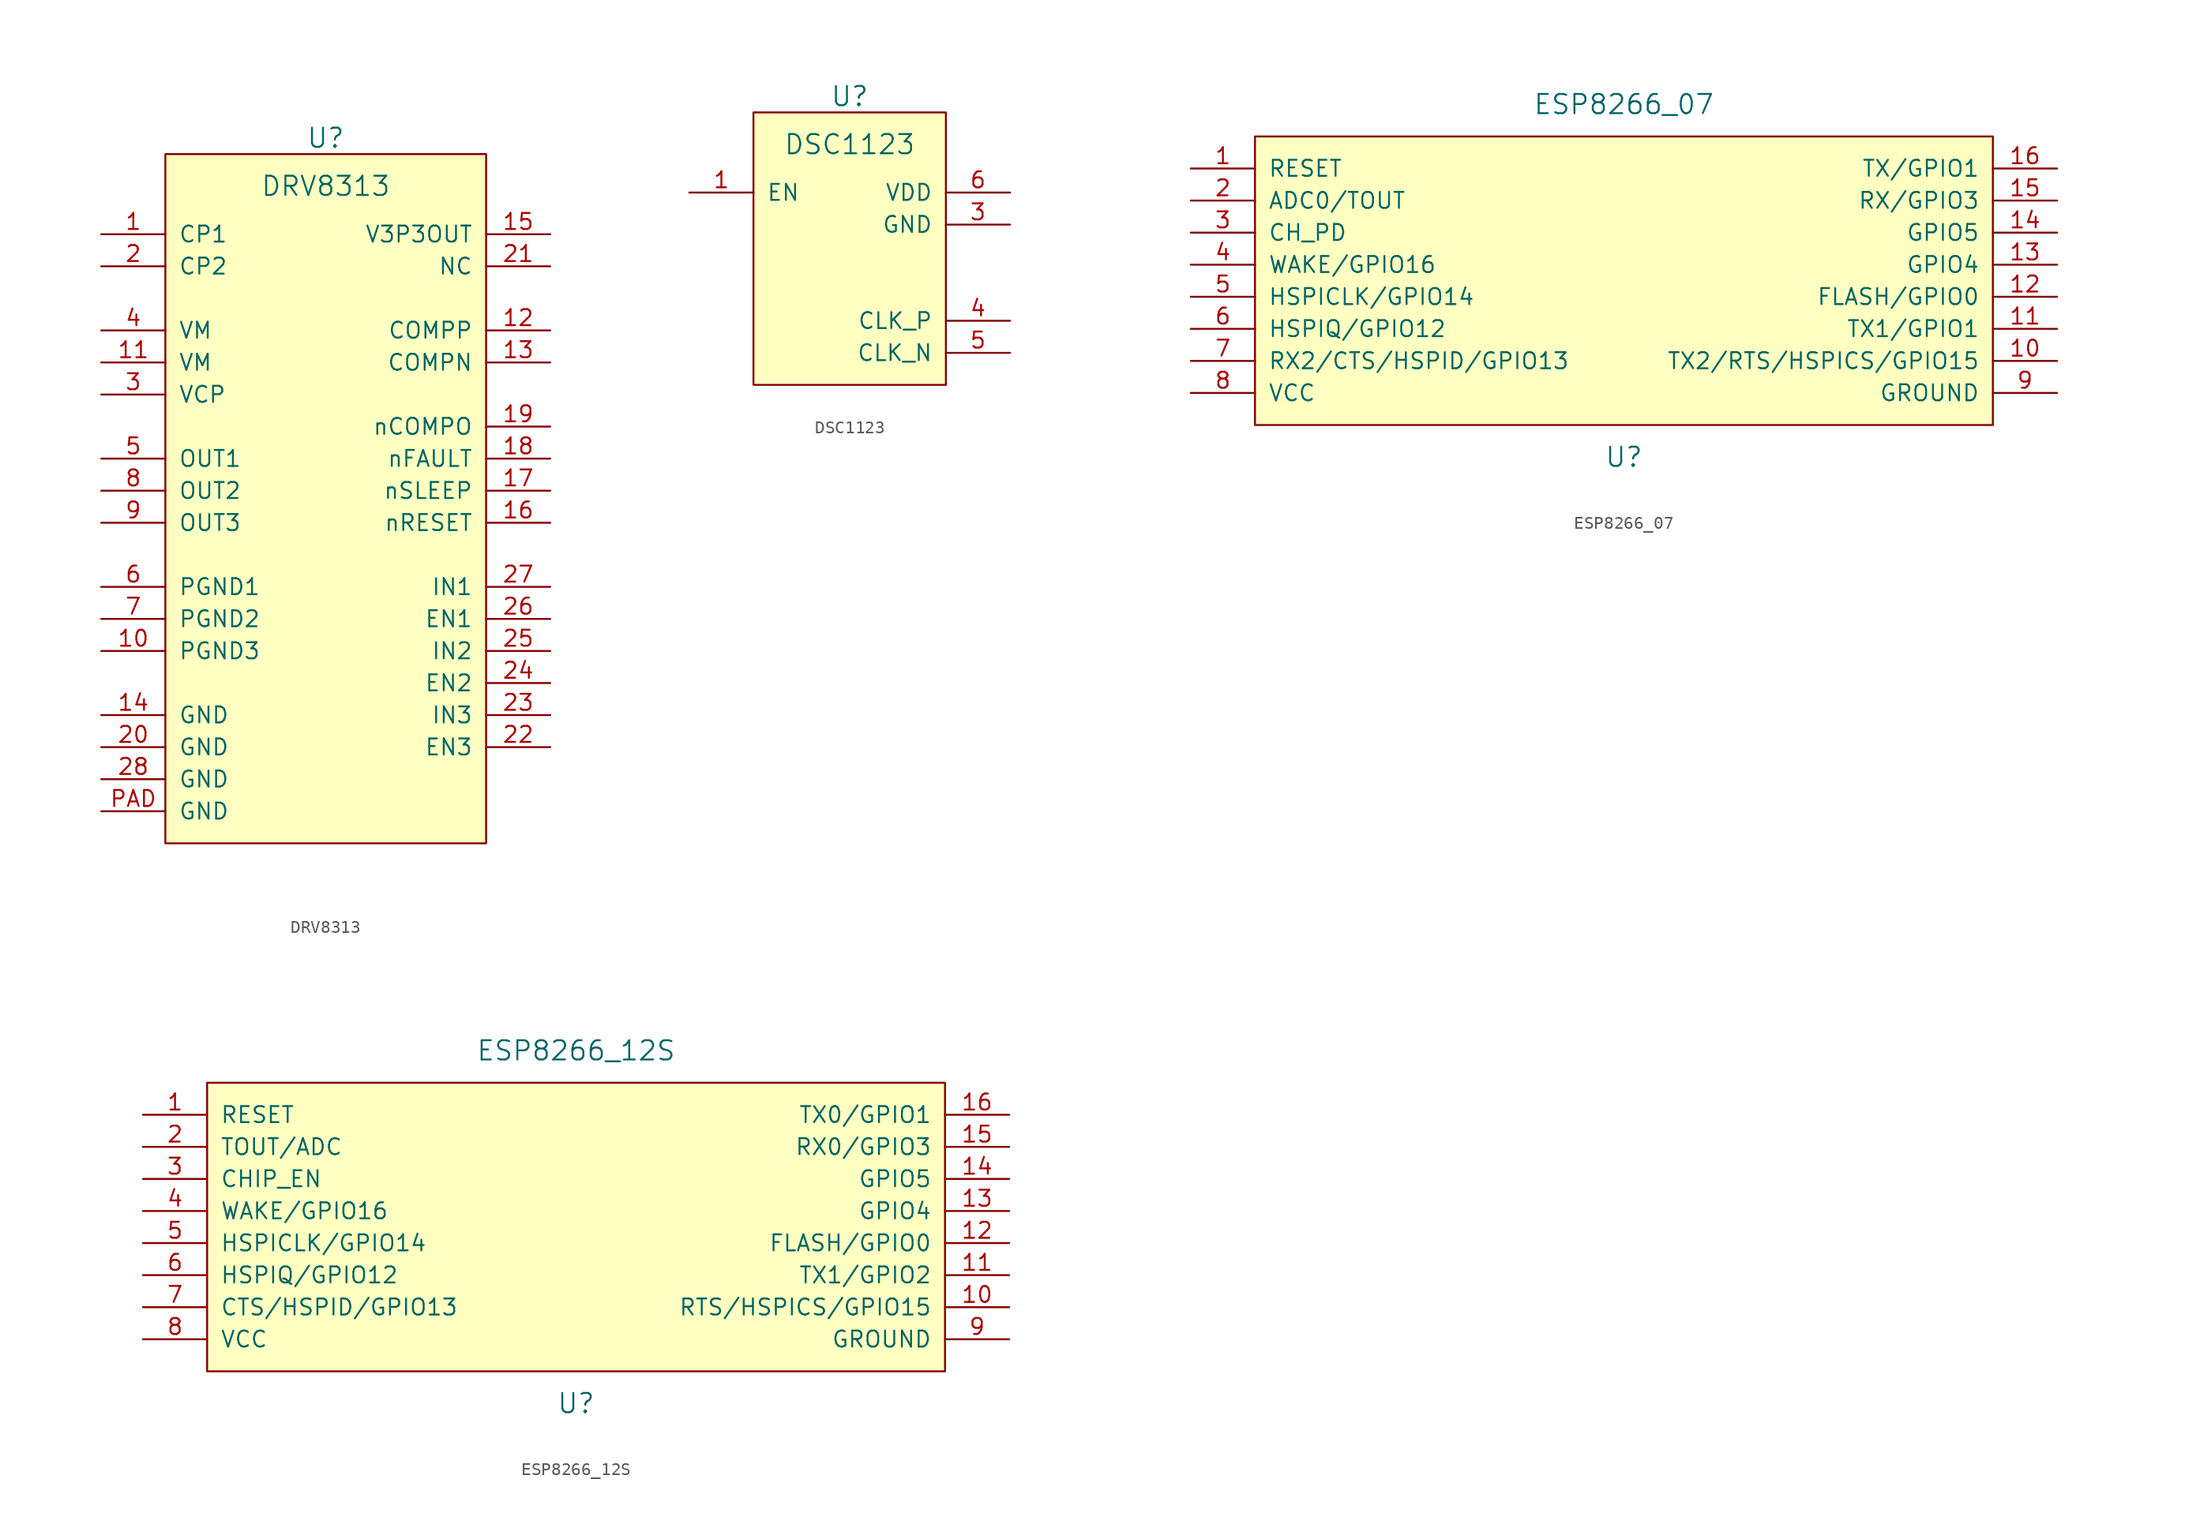
<source format=kicad_sym>
(kicad_symbol_lib
  (version 20211014)
  (generator kicad_symbol_editor)
  (symbol "DRV8313"
    (pin_names
      (offset 1.016))
    (property "Reference" "U"
      (at 0 7.62 0)
      (effects (font (size 1.524 1.524))))
    (property "Value" "DRV8313"
      (at 0 3.81 0)
      (effects (font (size 1.524 1.524))))
    (property "Footprint" ""
      (at -2.54 0 0)
      (effects (font (size 1.524 1.524))))
    (property "Datasheet" ""
      (at -2.54 0 0)
      (effects (font (size 1.524 1.524))))
    (symbol "DRV8313_0_1"
      (rectangle (start -12.7 6.35) (end 12.7 -48.26) (stroke (width 0) (type default) (color 0 0 0 0)) (fill (type background))))
    (symbol "DRV8313_1_1"
      (pin input line (at -17.78 0 0) (length 5.08) (name "CP1" (effects (font (size 1.27 1.27)))) (number "1" (effects (font (size 1.27 1.27)))))
      (pin input line (at -17.78 -33.02 0) (length 5.08) (name "PGND3" (effects (font (size 1.27 1.27)))) (number "10" (effects (font (size 1.27 1.27)))))
      (pin input line (at -17.78 -10.16 0) (length 5.08) (name "VM" (effects (font (size 1.27 1.27)))) (number "11" (effects (font (size 1.27 1.27)))))
      (pin input line (at 17.78 -7.62 180) (length 5.08) (name "COMPP" (effects (font (size 1.27 1.27)))) (number "12" (effects (font (size 1.27 1.27)))))
      (pin input line (at 17.78 -10.16 180) (length 5.08) (name "COMPN" (effects (font (size 1.27 1.27)))) (number "13" (effects (font (size 1.27 1.27)))))
      (pin input line (at -17.78 -38.1 0) (length 5.08) (name "GND" (effects (font (size 1.27 1.27)))) (number "14" (effects (font (size 1.27 1.27)))))
      (pin input line (at 17.78 0 180) (length 5.08) (name "V3P3OUT" (effects (font (size 1.27 1.27)))) (number "15" (effects (font (size 1.27 1.27)))))
      (pin input line (at 17.78 -22.86 180) (length 5.08) (name "nRESET" (effects (font (size 1.27 1.27)))) (number "16" (effects (font (size 1.27 1.27)))))
      (pin input line (at 17.78 -20.32 180) (length 5.08) (name "nSLEEP" (effects (font (size 1.27 1.27)))) (number "17" (effects (font (size 1.27 1.27)))))
      (pin input line (at 17.78 -17.78 180) (length 5.08) (name "nFAULT" (effects (font (size 1.27 1.27)))) (number "18" (effects (font (size 1.27 1.27)))))
      (pin input line (at 17.78 -15.24 180) (length 5.08) (name "nCOMPO" (effects (font (size 1.27 1.27)))) (number "19" (effects (font (size 1.27 1.27)))))
      (pin input line (at -17.78 -2.54 0) (length 5.08) (name "CP2" (effects (font (size 1.27 1.27)))) (number "2" (effects (font (size 1.27 1.27)))))
      (pin input line (at -17.78 -40.64 0) (length 5.08) (name "GND" (effects (font (size 1.27 1.27)))) (number "20" (effects (font (size 1.27 1.27)))))
      (pin input line (at 17.78 -2.54 180) (length 5.08) (name "NC" (effects (font (size 1.27 1.27)))) (number "21" (effects (font (size 1.27 1.27)))))
      (pin input line (at 17.78 -40.64 180) (length 5.08) (name "EN3" (effects (font (size 1.27 1.27)))) (number "22" (effects (font (size 1.27 1.27)))))
      (pin input line (at 17.78 -38.1 180) (length 5.08) (name "IN3" (effects (font (size 1.27 1.27)))) (number "23" (effects (font (size 1.27 1.27)))))
      (pin input line (at 17.78 -35.56 180) (length 5.08) (name "EN2" (effects (font (size 1.27 1.27)))) (number "24" (effects (font (size 1.27 1.27)))))
      (pin input line (at 17.78 -33.02 180) (length 5.08) (name "IN2" (effects (font (size 1.27 1.27)))) (number "25" (effects (font (size 1.27 1.27)))))
      (pin input line (at 17.78 -30.48 180) (length 5.08) (name "EN1" (effects (font (size 1.27 1.27)))) (number "26" (effects (font (size 1.27 1.27)))))
      (pin input line (at 17.78 -27.94 180) (length 5.08) (name "IN1" (effects (font (size 1.27 1.27)))) (number "27" (effects (font (size 1.27 1.27)))))
      (pin input line (at -17.78 -43.18 0) (length 5.08) (name "GND" (effects (font (size 1.27 1.27)))) (number "28" (effects (font (size 1.27 1.27)))))
      (pin input line (at -17.78 -12.7 0) (length 5.08) (name "VCP" (effects (font (size 1.27 1.27)))) (number "3" (effects (font (size 1.27 1.27)))))
      (pin input line (at -17.78 -7.62 0) (length 5.08) (name "VM" (effects (font (size 1.27 1.27)))) (number "4" (effects (font (size 1.27 1.27)))))
      (pin input line (at -17.78 -17.78 0) (length 5.08) (name "OUT1" (effects (font (size 1.27 1.27)))) (number "5" (effects (font (size 1.27 1.27)))))
      (pin input line (at -17.78 -27.94 0) (length 5.08) (name "PGND1" (effects (font (size 1.27 1.27)))) (number "6" (effects (font (size 1.27 1.27)))))
      (pin input line (at -17.78 -30.48 0) (length 5.08) (name "PGND2" (effects (font (size 1.27 1.27)))) (number "7" (effects (font (size 1.27 1.27)))))
      (pin input line (at -17.78 -20.32 0) (length 5.08) (name "OUT2" (effects (font (size 1.27 1.27)))) (number "8" (effects (font (size 1.27 1.27)))))
      (pin input line (at -17.78 -22.86 0) (length 5.08) (name "OUT3" (effects (font (size 1.27 1.27)))) (number "9" (effects (font (size 1.27 1.27)))))
      (pin input line (at -17.78 -45.72 0) (length 5.08) (name "GND" (effects (font (size 1.27 1.27)))) (number "PAD" (effects (font (size 1.27 1.27)))))))
  (symbol "DSC1123"
    (pin_names
      (offset 1.016))
    (property "Reference" "U"
      (at 0 12.7 0)
      (effects (font (size 1.524 1.524))))
    (property "Value" "DSC1123"
      (at 0 8.89 0)
      (effects (font (size 1.524 1.524))))
    (symbol "DSC1123_0_1"
      (rectangle (start -7.62 11.43) (end 7.62 -10.16) (stroke (width 0) (type default) (color 0 0 0 0)) (fill (type background))))
    (symbol "DSC1123_1_1"
      (pin input line (at -12.7 5.08 0) (length 5.08) (name "EN" (effects (font (size 1.27 1.27)))) (number "1" (effects (font (size 1.27 1.27)))))
      (pin input line (at 12.7 2.54 180) (length 5.08) (name "GND" (effects (font (size 1.27 1.27)))) (number "3" (effects (font (size 1.27 1.27)))))
      (pin input line (at 12.7 -5.08 180) (length 5.08) (name "CLK_P" (effects (font (size 1.27 1.27)))) (number "4" (effects (font (size 1.27 1.27)))))
      (pin input line (at 12.7 -7.62 180) (length 5.08) (name "CLK_N" (effects (font (size 1.27 1.27)))) (number "5" (effects (font (size 1.27 1.27)))))
      (pin input line (at 12.7 5.08 180) (length 5.08) (name "VDD" (effects (font (size 1.27 1.27)))) (number "6" (effects (font (size 1.27 1.27)))))))
  (symbol "ESP8266_07"
    (pin_names
      (offset 1.016))
    (property "Reference" "U"
      (at 0 -13.97 0)
      (effects (font (size 1.524 1.524))))
    (property "Value" "ESP8266_07"
      (at 0 13.97 0)
      (effects (font (size 1.524 1.524))))
    (symbol "ESP8266_07_0_1"
      (rectangle (start -29.21 11.43) (end 29.21 -11.43) (stroke (width 0) (type default) (color 0 0 0 0)) (fill (type background))))
    (symbol "ESP8266_07_1_1"
      (pin input line (at -34.29 8.89 0) (length 5.08) (name "RESET" (effects (font (size 1.27 1.27)))) (number "1" (effects (font (size 1.27 1.27)))))
      (pin input line (at 34.29 -6.35 180) (length 5.08) (name "TX2/RTS/HSPICS/GPIO15" (effects (font (size 1.27 1.27)))) (number "10" (effects (font (size 1.27 1.27)))))
      (pin input line (at 34.29 -3.81 180) (length 5.08) (name "TX1/GPIO1" (effects (font (size 1.27 1.27)))) (number "11" (effects (font (size 1.27 1.27)))))
      (pin input line (at 34.29 -1.27 180) (length 5.08) (name "FLASH/GPIO0" (effects (font (size 1.27 1.27)))) (number "12" (effects (font (size 1.27 1.27)))))
      (pin input line (at 34.29 1.27 180) (length 5.08) (name "GPIO4" (effects (font (size 1.27 1.27)))) (number "13" (effects (font (size 1.27 1.27)))))
      (pin input line (at 34.29 3.81 180) (length 5.08) (name "GPIO5" (effects (font (size 1.27 1.27)))) (number "14" (effects (font (size 1.27 1.27)))))
      (pin input line (at 34.29 6.35 180) (length 5.08) (name "RX/GPIO3" (effects (font (size 1.27 1.27)))) (number "15" (effects (font (size 1.27 1.27)))))
      (pin input line (at 34.29 8.89 180) (length 5.08) (name "TX/GPIO1" (effects (font (size 1.27 1.27)))) (number "16" (effects (font (size 1.27 1.27)))))
      (pin input line (at -34.29 6.35 0) (length 5.08) (name "ADC0/TOUT" (effects (font (size 1.27 1.27)))) (number "2" (effects (font (size 1.27 1.27)))))
      (pin input line (at -34.29 3.81 0) (length 5.08) (name "CH_PD" (effects (font (size 1.27 1.27)))) (number "3" (effects (font (size 1.27 1.27)))))
      (pin input line (at -34.29 1.27 0) (length 5.08) (name "WAKE/GPIO16" (effects (font (size 1.27 1.27)))) (number "4" (effects (font (size 1.27 1.27)))))
      (pin input line (at -34.29 -1.27 0) (length 5.08) (name "HSPICLK/GPIO14" (effects (font (size 1.27 1.27)))) (number "5" (effects (font (size 1.27 1.27)))))
      (pin input line (at -34.29 -3.81 0) (length 5.08) (name "HSPIQ/GPIO12" (effects (font (size 1.27 1.27)))) (number "6" (effects (font (size 1.27 1.27)))))
      (pin input line (at -34.29 -6.35 0) (length 5.08) (name "RX2/CTS/HSPID/GPIO13" (effects (font (size 1.27 1.27)))) (number "7" (effects (font (size 1.27 1.27)))))
      (pin power_in line (at -34.29 -8.89 0) (length 5.08) (name "VCC" (effects (font (size 1.27 1.27)))) (number "8" (effects (font (size 1.27 1.27)))))
      (pin power_in line (at 34.29 -8.89 180) (length 5.08) (name "GROUND" (effects (font (size 1.27 1.27)))) (number "9" (effects (font (size 1.27 1.27)))))))
  (symbol "ESP8266_12S"
    (pin_names
      (offset 1.016))
    (property "Reference" "U"
      (at 0 -13.97 0)
      (effects (font (size 1.524 1.524))))
    (property "Value" "ESP8266_12S"
      (at 0 13.97 0)
      (effects (font (size 1.524 1.524))))
    (symbol "ESP8266_12S_0_1"
      (rectangle (start -29.21 11.43) (end 29.21 -11.43) (stroke (width 0) (type default) (color 0 0 0 0)) (fill (type background))))
    (symbol "ESP8266_12S_1_1"
      (pin input line (at -34.29 8.89 0) (length 5.08) (name "RESET" (effects (font (size 1.27 1.27)))) (number "1" (effects (font (size 1.27 1.27)))))
      (pin input line (at 34.29 -6.35 180) (length 5.08) (name "RTS/HSPICS/GPIO15" (effects (font (size 1.27 1.27)))) (number "10" (effects (font (size 1.27 1.27)))))
      (pin input line (at 34.29 -3.81 180) (length 5.08) (name "TX1/GPIO2" (effects (font (size 1.27 1.27)))) (number "11" (effects (font (size 1.27 1.27)))))
      (pin input line (at 34.29 -1.27 180) (length 5.08) (name "FLASH/GPIO0" (effects (font (size 1.27 1.27)))) (number "12" (effects (font (size 1.27 1.27)))))
      (pin input line (at 34.29 1.27 180) (length 5.08) (name "GPIO4" (effects (font (size 1.27 1.27)))) (number "13" (effects (font (size 1.27 1.27)))))
      (pin input line (at 34.29 3.81 180) (length 5.08) (name "GPIO5" (effects (font (size 1.27 1.27)))) (number "14" (effects (font (size 1.27 1.27)))))
      (pin input line (at 34.29 6.35 180) (length 5.08) (name "RX0/GPIO3" (effects (font (size 1.27 1.27)))) (number "15" (effects (font (size 1.27 1.27)))))
      (pin input line (at 34.29 8.89 180) (length 5.08) (name "TX0/GPIO1" (effects (font (size 1.27 1.27)))) (number "16" (effects (font (size 1.27 1.27)))))
      (pin input line (at -34.29 6.35 0) (length 5.08) (name "TOUT/ADC" (effects (font (size 1.27 1.27)))) (number "2" (effects (font (size 1.27 1.27)))))
      (pin input line (at -34.29 3.81 0) (length 5.08) (name "CHIP_EN" (effects (font (size 1.27 1.27)))) (number "3" (effects (font (size 1.27 1.27)))))
      (pin input line (at -34.29 1.27 0) (length 5.08) (name "WAKE/GPIO16" (effects (font (size 1.27 1.27)))) (number "4" (effects (font (size 1.27 1.27)))))
      (pin input line (at -34.29 -1.27 0) (length 5.08) (name "HSPICLK/GPIO14" (effects (font (size 1.27 1.27)))) (number "5" (effects (font (size 1.27 1.27)))))
      (pin input line (at -34.29 -3.81 0) (length 5.08) (name "HSPIQ/GPIO12" (effects (font (size 1.27 1.27)))) (number "6" (effects (font (size 1.27 1.27)))))
      (pin input line (at -34.29 -6.35 0) (length 5.08) (name "CTS/HSPID/GPIO13" (effects (font (size 1.27 1.27)))) (number "7" (effects (font (size 1.27 1.27)))))
      (pin power_in line (at -34.29 -8.89 0) (length 5.08) (name "VCC" (effects (font (size 1.27 1.27)))) (number "8" (effects (font (size 1.27 1.27)))))
      (pin power_in line (at 34.29 -8.89 180) (length 5.08) (name "GROUND" (effects (font (size 1.27 1.27)))) (number "9" (effects (font (size 1.27 1.27))))))))
</source>
